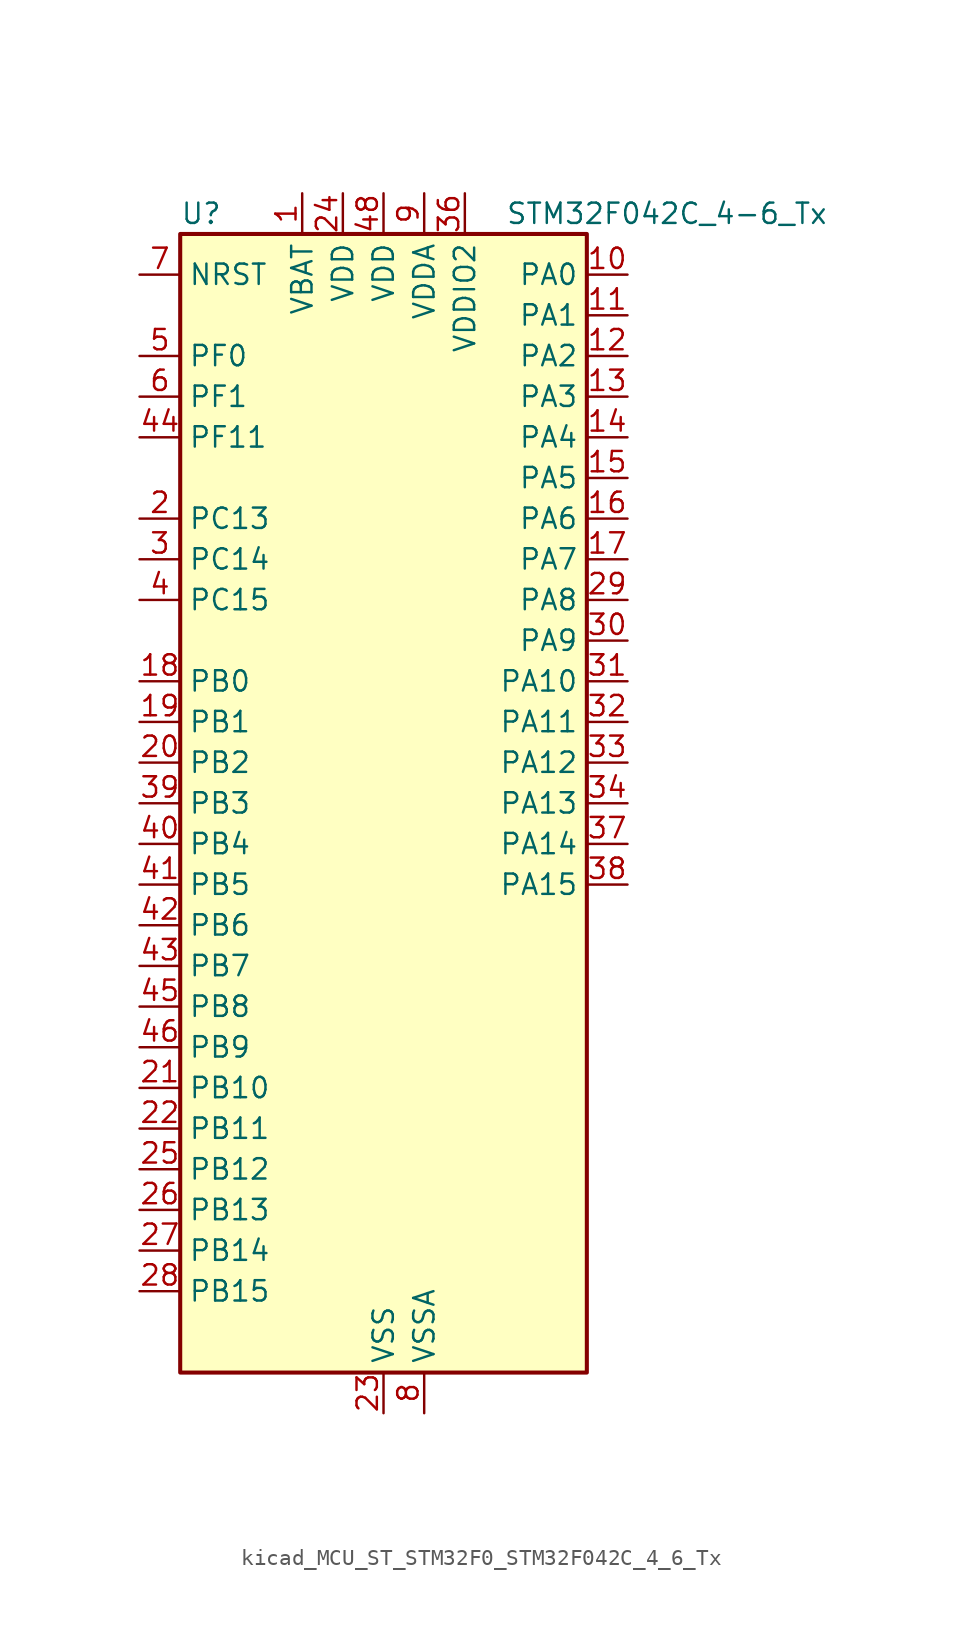
<source format=kicad_sym>
(kicad_symbol_lib
  (version 20220914)
  (generator kicad_symbol_editor)
  (symbol "kicad_MCU_ST_STM32F0_STM32F042C_4_6_Tx"
    (property "Reference" "U"
      (at -12.7 36.83 0)
      (effects (font (size 1.27 1.27)) (justify left)))
    (property "Value" "STM32F042C_4-6_Tx"
      (at 7.62 36.83 0)
      (effects (font (size 1.27 1.27)) (justify left)))
    (property "ki_locked" ""
      (at 0 0 0)
      (effects (font (size 1.27 1.27))))
    (symbol "kicad_MCU_ST_STM32F0_STM32F042C_4_6_Tx_0_1"
      (rectangle (start -12.7 -35.56) (end 12.7 35.56) (stroke (width 0.254) (type default)) (fill (type background))))
    (symbol "kicad_MCU_ST_STM32F0_STM32F042C_4_6_Tx_1_1"
      (pin power_in line (at -5.08 38.1 270) (length 2.54) (name "VBAT" (effects (font (size 1.27 1.27)))) (number "1" (effects (font (size 1.27 1.27)))))
      (pin bidirectional line (at 15.24 33.02 180) (length 2.54) (name "PA0" (effects (font (size 1.27 1.27)))) (number "10" (effects (font (size 1.27 1.27)))) (alternate "ADC_IN0" bidirectional line) (alternate "RTC_TAMP2" bidirectional line) (alternate "SYS_WKUP1" bidirectional line) (alternate "TIM2_CH1" bidirectional line) (alternate "TIM2_ETR" bidirectional line) (alternate "TSC_G1_IO1" bidirectional line) (alternate "USART2_CTS" bidirectional line))
      (pin bidirectional line (at 15.24 30.48 180) (length 2.54) (name "PA1" (effects (font (size 1.27 1.27)))) (number "11" (effects (font (size 1.27 1.27)))) (alternate "ADC_IN1" bidirectional line) (alternate "TIM2_CH2" bidirectional line) (alternate "TSC_G1_IO2" bidirectional line) (alternate "USART2_DE" bidirectional line) (alternate "USART2_RTS" bidirectional line))
      (pin bidirectional line (at 15.24 27.94 180) (length 2.54) (name "PA2" (effects (font (size 1.27 1.27)))) (number "12" (effects (font (size 1.27 1.27)))) (alternate "ADC_IN2" bidirectional line) (alternate "SYS_WKUP4" bidirectional line) (alternate "TIM2_CH3" bidirectional line) (alternate "TSC_G1_IO3" bidirectional line) (alternate "USART2_TX" bidirectional line))
      (pin bidirectional line (at 15.24 25.4 180) (length 2.54) (name "PA3" (effects (font (size 1.27 1.27)))) (number "13" (effects (font (size 1.27 1.27)))) (alternate "ADC_IN3" bidirectional line) (alternate "TIM2_CH4" bidirectional line) (alternate "TSC_G1_IO4" bidirectional line) (alternate "USART2_RX" bidirectional line))
      (pin bidirectional line (at 15.24 22.86 180) (length 2.54) (name "PA4" (effects (font (size 1.27 1.27)))) (number "14" (effects (font (size 1.27 1.27)))) (alternate "ADC_IN4" bidirectional line) (alternate "I2S1_WS" bidirectional line) (alternate "SPI1_NSS" bidirectional line) (alternate "TIM14_CH1" bidirectional line) (alternate "TSC_G2_IO1" bidirectional line) (alternate "USART2_CK" bidirectional line) (alternate "USB_NOE" bidirectional line))
      (pin bidirectional line (at 15.24 20.32 180) (length 2.54) (name "PA5" (effects (font (size 1.27 1.27)))) (number "15" (effects (font (size 1.27 1.27)))) (alternate "ADC_IN5" bidirectional line) (alternate "CEC" bidirectional line) (alternate "I2S1_CK" bidirectional line) (alternate "SPI1_SCK" bidirectional line) (alternate "TIM2_CH1" bidirectional line) (alternate "TIM2_ETR" bidirectional line) (alternate "TSC_G2_IO2" bidirectional line))
      (pin bidirectional line (at 15.24 17.78 180) (length 2.54) (name "PA6" (effects (font (size 1.27 1.27)))) (number "16" (effects (font (size 1.27 1.27)))) (alternate "ADC_IN6" bidirectional line) (alternate "I2S1_MCK" bidirectional line) (alternate "SPI1_MISO" bidirectional line) (alternate "TIM16_CH1" bidirectional line) (alternate "TIM1_BKIN" bidirectional line) (alternate "TIM3_CH1" bidirectional line) (alternate "TSC_G2_IO3" bidirectional line))
      (pin bidirectional line (at 15.24 15.24 180) (length 2.54) (name "PA7" (effects (font (size 1.27 1.27)))) (number "17" (effects (font (size 1.27 1.27)))) (alternate "ADC_IN7" bidirectional line) (alternate "I2S1_SD" bidirectional line) (alternate "SPI1_MOSI" bidirectional line) (alternate "TIM14_CH1" bidirectional line) (alternate "TIM17_CH1" bidirectional line) (alternate "TIM1_CH1N" bidirectional line) (alternate "TIM3_CH2" bidirectional line) (alternate "TSC_G2_IO4" bidirectional line))
      (pin bidirectional line (at -15.24 7.62 0) (length 2.54) (name "PB0" (effects (font (size 1.27 1.27)))) (number "18" (effects (font (size 1.27 1.27)))) (alternate "ADC_IN8" bidirectional line) (alternate "TIM1_CH2N" bidirectional line) (alternate "TIM3_CH3" bidirectional line) (alternate "TSC_G3_IO2" bidirectional line))
      (pin bidirectional line (at -15.24 5.08 0) (length 2.54) (name "PB1" (effects (font (size 1.27 1.27)))) (number "19" (effects (font (size 1.27 1.27)))) (alternate "ADC_IN9" bidirectional line) (alternate "TIM14_CH1" bidirectional line) (alternate "TIM1_CH3N" bidirectional line) (alternate "TIM3_CH4" bidirectional line) (alternate "TSC_G3_IO3" bidirectional line))
      (pin bidirectional line (at -15.24 17.78 0) (length 2.54) (name "PC13" (effects (font (size 1.27 1.27)))) (number "2" (effects (font (size 1.27 1.27)))) (alternate "RTC_OUT_ALARM" bidirectional line) (alternate "RTC_OUT_CALIB" bidirectional line) (alternate "RTC_TAMP1" bidirectional line) (alternate "RTC_TS" bidirectional line) (alternate "SYS_WKUP2" bidirectional line))
      (pin bidirectional line (at -15.24 2.54 0) (length 2.54) (name "PB2" (effects (font (size 1.27 1.27)))) (number "20" (effects (font (size 1.27 1.27)))) (alternate "TSC_G3_IO4" bidirectional line))
      (pin bidirectional line (at -15.24 -17.78 0) (length 2.54) (name "PB10" (effects (font (size 1.27 1.27)))) (number "21" (effects (font (size 1.27 1.27)))) (alternate "CEC" bidirectional line) (alternate "I2C1_SCL" bidirectional line) (alternate "SPI2_SCK" bidirectional line) (alternate "TIM2_CH3" bidirectional line) (alternate "TSC_SYNC" bidirectional line))
      (pin bidirectional line (at -15.24 -20.32 0) (length 2.54) (name "PB11" (effects (font (size 1.27 1.27)))) (number "22" (effects (font (size 1.27 1.27)))) (alternate "I2C1_SDA" bidirectional line) (alternate "TIM2_CH4" bidirectional line))
      (pin power_in line (at 0 -38.1 90) (length 2.54) (name "VSS" (effects (font (size 1.27 1.27)))) (number "23" (effects (font (size 1.27 1.27)))))
      (pin power_in line (at -2.54 38.1 270) (length 2.54) (name "VDD" (effects (font (size 1.27 1.27)))) (number "24" (effects (font (size 1.27 1.27)))))
      (pin bidirectional line (at -15.24 -22.86 0) (length 2.54) (name "PB12" (effects (font (size 1.27 1.27)))) (number "25" (effects (font (size 1.27 1.27)))) (alternate "SPI2_NSS" bidirectional line) (alternate "TIM1_BKIN" bidirectional line))
      (pin bidirectional line (at -15.24 -25.4 0) (length 2.54) (name "PB13" (effects (font (size 1.27 1.27)))) (number "26" (effects (font (size 1.27 1.27)))) (alternate "I2C1_SCL" bidirectional line) (alternate "SPI2_SCK" bidirectional line) (alternate "TIM1_CH1N" bidirectional line))
      (pin bidirectional line (at -15.24 -27.94 0) (length 2.54) (name "PB14" (effects (font (size 1.27 1.27)))) (number "27" (effects (font (size 1.27 1.27)))) (alternate "I2C1_SDA" bidirectional line) (alternate "SPI2_MISO" bidirectional line) (alternate "TIM1_CH2N" bidirectional line))
      (pin bidirectional line (at -15.24 -30.48 0) (length 2.54) (name "PB15" (effects (font (size 1.27 1.27)))) (number "28" (effects (font (size 1.27 1.27)))) (alternate "RTC_REFIN" bidirectional line) (alternate "SPI2_MOSI" bidirectional line) (alternate "SYS_WKUP7" bidirectional line) (alternate "TIM1_CH3N" bidirectional line))
      (pin bidirectional line (at 15.24 12.7 180) (length 2.54) (name "PA8" (effects (font (size 1.27 1.27)))) (number "29" (effects (font (size 1.27 1.27)))) (alternate "CRS_SYNC" bidirectional line) (alternate "RCC_MCO" bidirectional line) (alternate "TIM1_CH1" bidirectional line) (alternate "USART1_CK" bidirectional line))
      (pin bidirectional line (at -15.24 15.24 0) (length 2.54) (name "PC14" (effects (font (size 1.27 1.27)))) (number "3" (effects (font (size 1.27 1.27)))) (alternate "RCC_OSC32_IN" bidirectional line))
      (pin bidirectional line (at 15.24 10.16 180) (length 2.54) (name "PA9" (effects (font (size 1.27 1.27)))) (number "30" (effects (font (size 1.27 1.27)))) (alternate "I2C1_SCL" bidirectional line) (alternate "TIM1_CH2" bidirectional line) (alternate "TSC_G4_IO1" bidirectional line) (alternate "USART1_TX" bidirectional line))
      (pin bidirectional line (at 15.24 7.62 180) (length 2.54) (name "PA10" (effects (font (size 1.27 1.27)))) (number "31" (effects (font (size 1.27 1.27)))) (alternate "I2C1_SDA" bidirectional line) (alternate "TIM17_BKIN" bidirectional line) (alternate "TIM1_CH3" bidirectional line) (alternate "TSC_G4_IO2" bidirectional line) (alternate "USART1_RX" bidirectional line))
      (pin bidirectional line (at 15.24 5.08 180) (length 2.54) (name "PA11" (effects (font (size 1.27 1.27)))) (number "32" (effects (font (size 1.27 1.27)))) (alternate "CAN_RX" bidirectional line) (alternate "I2C1_SCL" bidirectional line) (alternate "TIM1_CH4" bidirectional line) (alternate "TSC_G4_IO3" bidirectional line) (alternate "USART1_CTS" bidirectional line) (alternate "USB_DM" bidirectional line))
      (pin bidirectional line (at 15.24 2.54 180) (length 2.54) (name "PA12" (effects (font (size 1.27 1.27)))) (number "33" (effects (font (size 1.27 1.27)))) (alternate "CAN_TX" bidirectional line) (alternate "I2C1_SDA" bidirectional line) (alternate "TIM1_ETR" bidirectional line) (alternate "TSC_G4_IO4" bidirectional line) (alternate "USART1_DE" bidirectional line) (alternate "USART1_RTS" bidirectional line) (alternate "USB_DP" bidirectional line))
      (pin bidirectional line (at 15.24 0 180) (length 2.54) (name "PA13" (effects (font (size 1.27 1.27)))) (number "34" (effects (font (size 1.27 1.27)))) (alternate "IR_OUT" bidirectional line) (alternate "SYS_SWDIO" bidirectional line) (alternate "USB_NOE" bidirectional line))
      (pin passive line (at 0 -38.1 90) (length 2.54) hide (name "VSS" (effects (font (size 1.27 1.27)))) (number "35" (effects (font (size 1.27 1.27)))))
      (pin power_in line (at 5.08 38.1 270) (length 2.54) (name "VDDIO2" (effects (font (size 1.27 1.27)))) (number "36" (effects (font (size 1.27 1.27)))))
      (pin bidirectional line (at 15.24 -2.54 180) (length 2.54) (name "PA14" (effects (font (size 1.27 1.27)))) (number "37" (effects (font (size 1.27 1.27)))) (alternate "SYS_SWCLK" bidirectional line) (alternate "USART2_TX" bidirectional line))
      (pin bidirectional line (at 15.24 -5.08 180) (length 2.54) (name "PA15" (effects (font (size 1.27 1.27)))) (number "38" (effects (font (size 1.27 1.27)))) (alternate "I2S1_WS" bidirectional line) (alternate "SPI1_NSS" bidirectional line) (alternate "TIM2_CH1" bidirectional line) (alternate "TIM2_ETR" bidirectional line) (alternate "USART2_RX" bidirectional line) (alternate "USB_NOE" bidirectional line))
      (pin bidirectional line (at -15.24 0 0) (length 2.54) (name "PB3" (effects (font (size 1.27 1.27)))) (number "39" (effects (font (size 1.27 1.27)))) (alternate "I2S1_CK" bidirectional line) (alternate "SPI1_SCK" bidirectional line) (alternate "TIM2_CH2" bidirectional line) (alternate "TSC_G5_IO1" bidirectional line))
      (pin bidirectional line (at -15.24 12.7 0) (length 2.54) (name "PC15" (effects (font (size 1.27 1.27)))) (number "4" (effects (font (size 1.27 1.27)))) (alternate "RCC_OSC32_OUT" bidirectional line))
      (pin bidirectional line (at -15.24 -2.54 0) (length 2.54) (name "PB4" (effects (font (size 1.27 1.27)))) (number "40" (effects (font (size 1.27 1.27)))) (alternate "I2S1_MCK" bidirectional line) (alternate "SPI1_MISO" bidirectional line) (alternate "TIM17_BKIN" bidirectional line) (alternate "TIM3_CH1" bidirectional line) (alternate "TSC_G5_IO2" bidirectional line))
      (pin bidirectional line (at -15.24 -5.08 0) (length 2.54) (name "PB5" (effects (font (size 1.27 1.27)))) (number "41" (effects (font (size 1.27 1.27)))) (alternate "I2C1_SMBA" bidirectional line) (alternate "I2S1_SD" bidirectional line) (alternate "SPI1_MOSI" bidirectional line) (alternate "SYS_WKUP6" bidirectional line) (alternate "TIM16_BKIN" bidirectional line) (alternate "TIM3_CH2" bidirectional line))
      (pin bidirectional line (at -15.24 -7.62 0) (length 2.54) (name "PB6" (effects (font (size 1.27 1.27)))) (number "42" (effects (font (size 1.27 1.27)))) (alternate "I2C1_SCL" bidirectional line) (alternate "TIM16_CH1N" bidirectional line) (alternate "TSC_G5_IO3" bidirectional line) (alternate "USART1_TX" bidirectional line))
      (pin bidirectional line (at -15.24 -10.16 0) (length 2.54) (name "PB7" (effects (font (size 1.27 1.27)))) (number "43" (effects (font (size 1.27 1.27)))) (alternate "I2C1_SDA" bidirectional line) (alternate "TIM17_CH1N" bidirectional line) (alternate "TSC_G5_IO4" bidirectional line) (alternate "USART1_RX" bidirectional line))
      (pin bidirectional line (at -15.24 22.86 0) (length 2.54) (name "PF11" (effects (font (size 1.27 1.27)))) (number "44" (effects (font (size 1.27 1.27)))))
      (pin bidirectional line (at -15.24 -12.7 0) (length 2.54) (name "PB8" (effects (font (size 1.27 1.27)))) (number "45" (effects (font (size 1.27 1.27)))) (alternate "CAN_RX" bidirectional line) (alternate "CEC" bidirectional line) (alternate "I2C1_SCL" bidirectional line) (alternate "TIM16_CH1" bidirectional line) (alternate "TSC_SYNC" bidirectional line))
      (pin bidirectional line (at -15.24 -15.24 0) (length 2.54) (name "PB9" (effects (font (size 1.27 1.27)))) (number "46" (effects (font (size 1.27 1.27)))) (alternate "CAN_TX" bidirectional line) (alternate "I2C1_SDA" bidirectional line) (alternate "IR_OUT" bidirectional line) (alternate "SPI2_NSS" bidirectional line) (alternate "TIM17_CH1" bidirectional line))
      (pin passive line (at 0 -38.1 90) (length 2.54) hide (name "VSS" (effects (font (size 1.27 1.27)))) (number "47" (effects (font (size 1.27 1.27)))))
      (pin power_in line (at 0 38.1 270) (length 2.54) (name "VDD" (effects (font (size 1.27 1.27)))) (number "48" (effects (font (size 1.27 1.27)))))
      (pin bidirectional line (at -15.24 27.94 0) (length 2.54) (name "PF0" (effects (font (size 1.27 1.27)))) (number "5" (effects (font (size 1.27 1.27)))) (alternate "CRS_SYNC" bidirectional line) (alternate "I2C1_SDA" bidirectional line) (alternate "RCC_OSC_IN" bidirectional line))
      (pin bidirectional line (at -15.24 25.4 0) (length 2.54) (name "PF1" (effects (font (size 1.27 1.27)))) (number "6" (effects (font (size 1.27 1.27)))) (alternate "I2C1_SCL" bidirectional line) (alternate "RCC_OSC_OUT" bidirectional line))
      (pin input line (at -15.24 33.02 0) (length 2.54) (name "NRST" (effects (font (size 1.27 1.27)))) (number "7" (effects (font (size 1.27 1.27)))))
      (pin power_in line (at 2.54 -38.1 90) (length 2.54) (name "VSSA" (effects (font (size 1.27 1.27)))) (number "8" (effects (font (size 1.27 1.27)))))
      (pin power_in line (at 2.54 38.1 270) (length 2.54) (name "VDDA" (effects (font (size 1.27 1.27)))) (number "9" (effects (font (size 1.27 1.27))))))))
</source>
